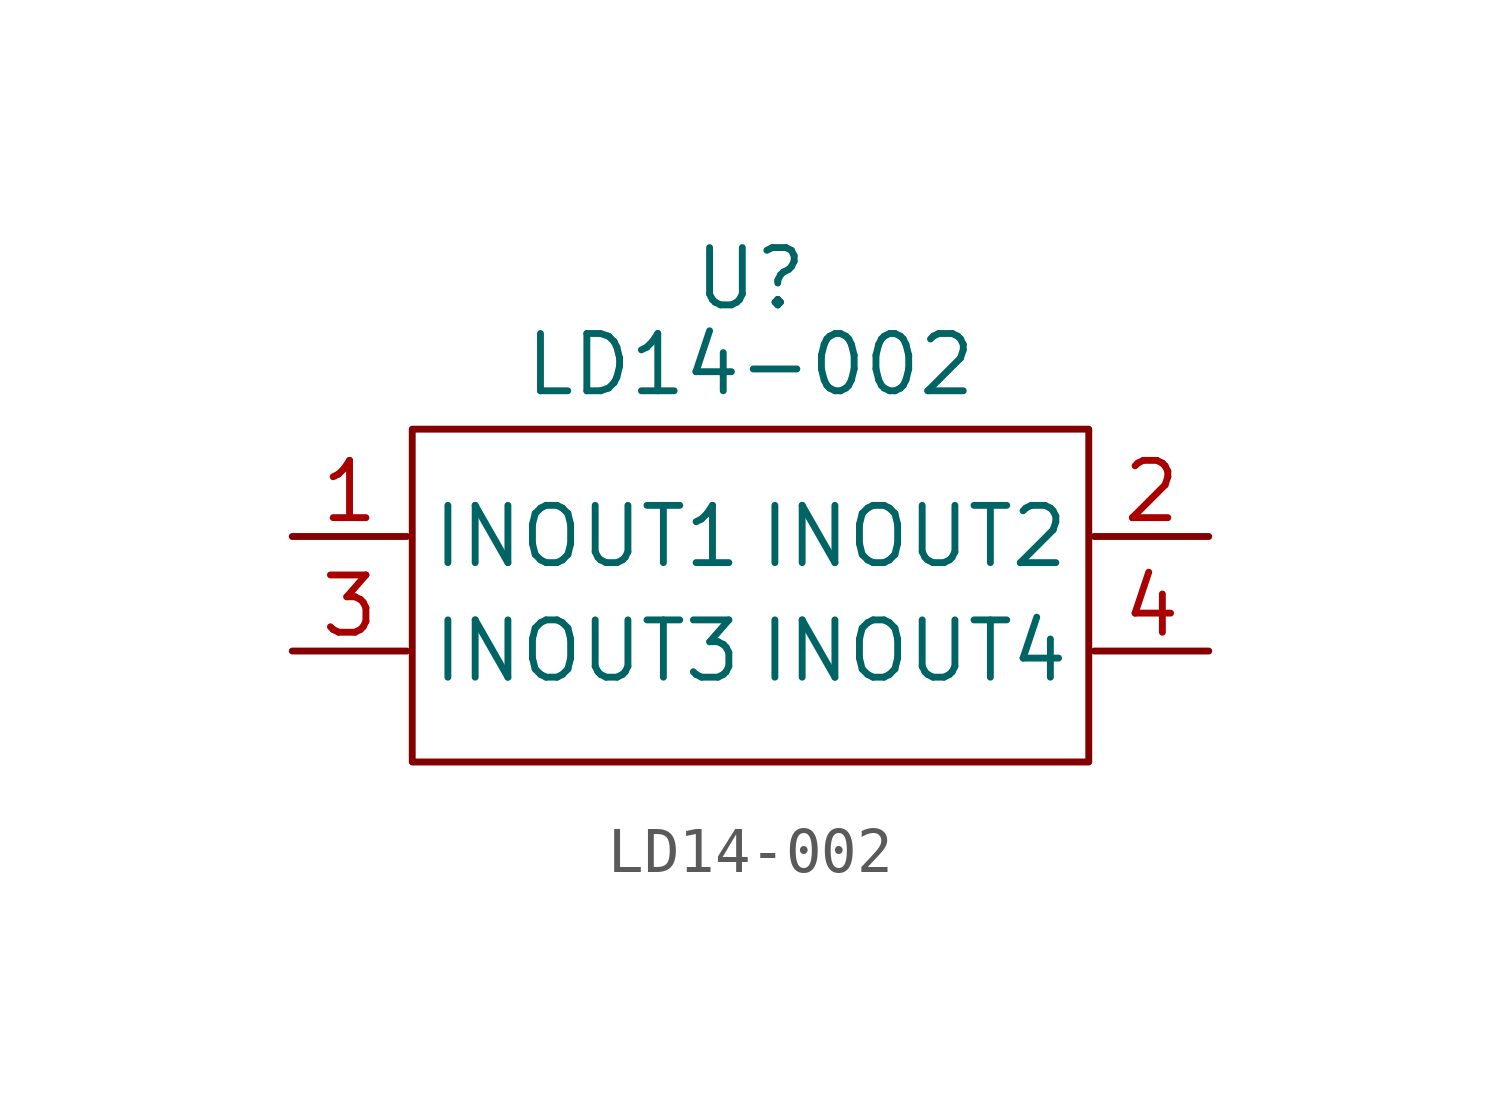
<source format=kicad_sym>
(kicad_symbol_lib
  (version 20231120)
  (generator "kicad_symbol_editor")
  (generator_version "8.0")
  (symbol "LD14-002"
    (property "Reference" "U"
      (at 0 5.715 0)
      (effects (font (size 1.27 1.27))))
    (property "Value" "LD14-002"
      (at 0 3.81 0)
      (effects (font (size 1.27 1.27))))
    (symbol "LD14-002_1_1"
      (polyline (pts (xy -7.5 2.38) (xy 7.5 2.38) (xy 7.5 -5) (xy -7.5 -5) (xy -7.5 2.38)) (stroke (width 0) (type default)) (fill (type none)))
      (pin bidirectional line (at -10.16 0 0) (length 2.54) (name "INOUT1" (effects (font (size 1.27 1.27)))) (number "1" (effects (font (size 1.27 1.27)))))
      (pin bidirectional line (at 10.16 0 180) (length 2.54) (name "INOUT2" (effects (font (size 1.27 1.27)))) (number "2" (effects (font (size 1.27 1.27)))))
      (pin bidirectional line (at -10.16 -2.54 0) (length 2.54) (name "INOUT3" (effects (font (size 1.27 1.27)))) (number "3" (effects (font (size 1.27 1.27)))))
      (pin bidirectional line (at 10.16 -2.54 180) (length 2.54) (name "INOUT4" (effects (font (size 1.27 1.27)))) (number "4" (effects (font (size 1.27 1.27))))))))
</source>
